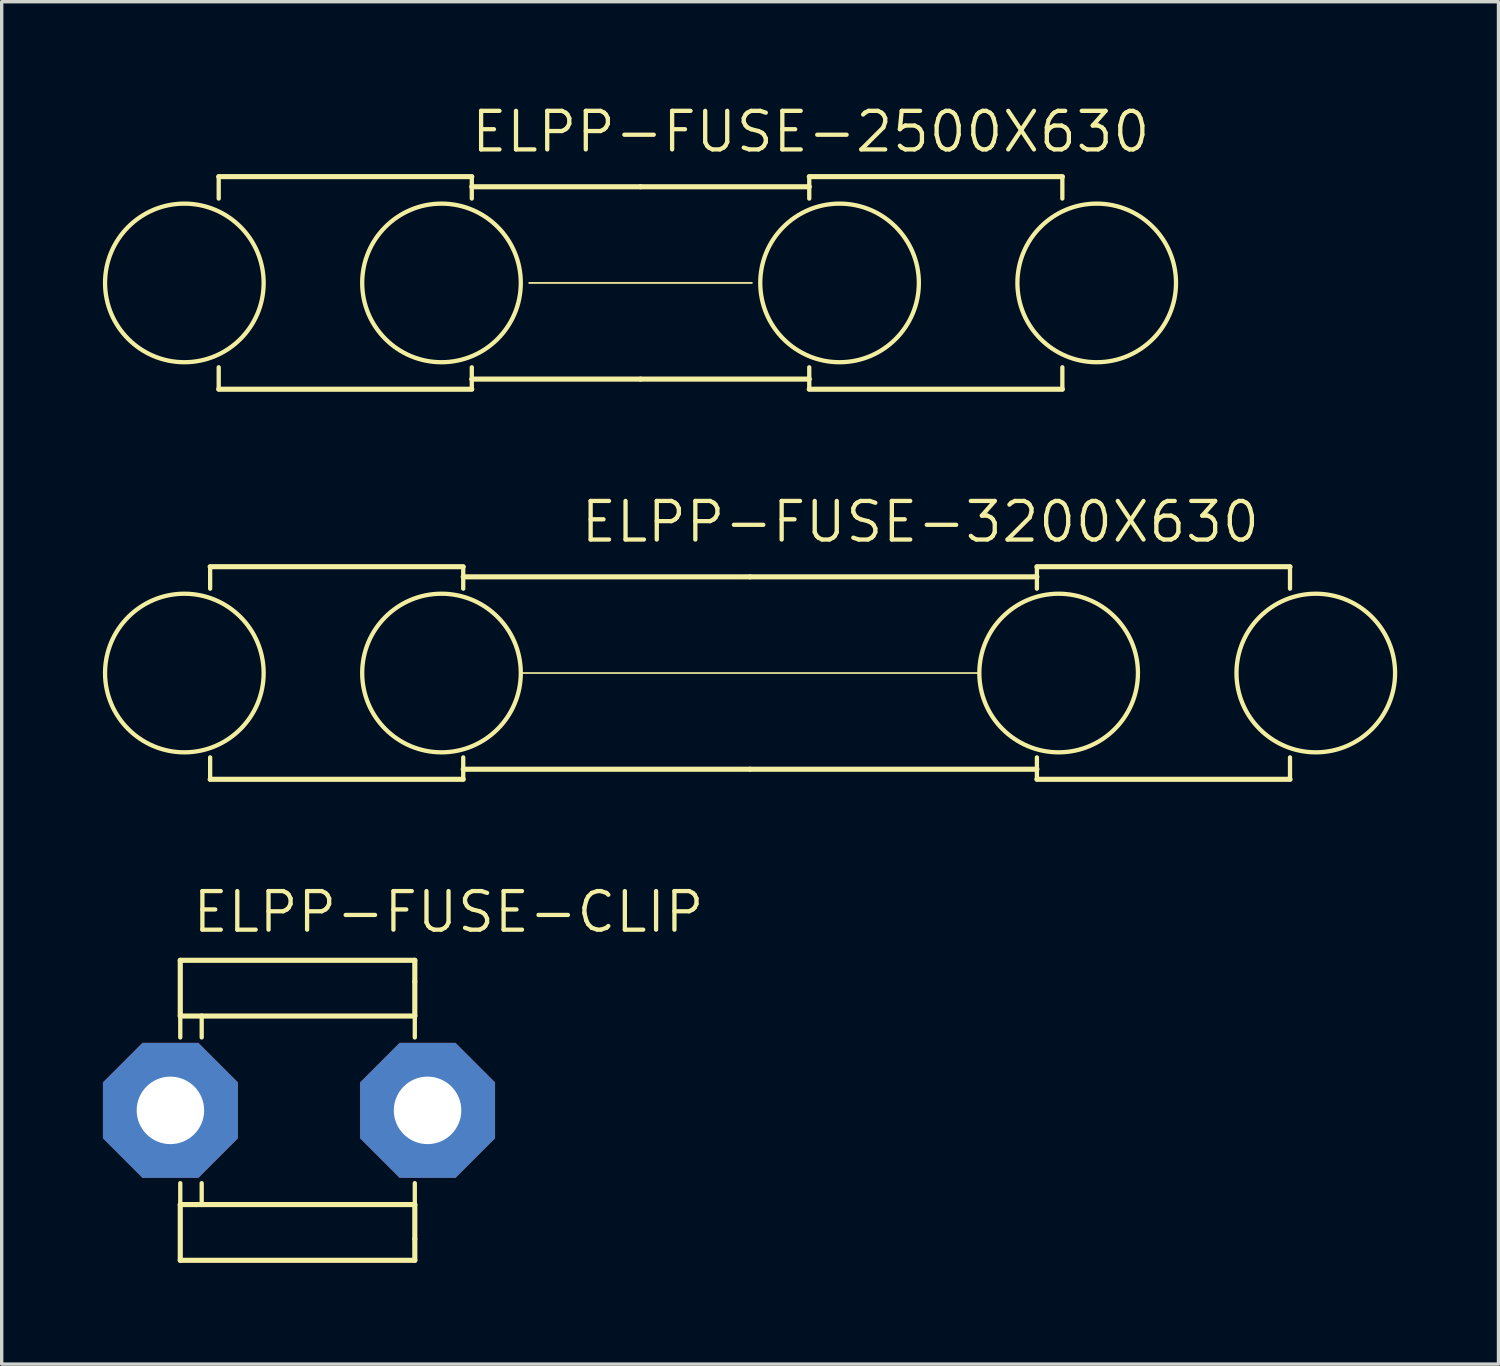
<source format=kicad_pcb>
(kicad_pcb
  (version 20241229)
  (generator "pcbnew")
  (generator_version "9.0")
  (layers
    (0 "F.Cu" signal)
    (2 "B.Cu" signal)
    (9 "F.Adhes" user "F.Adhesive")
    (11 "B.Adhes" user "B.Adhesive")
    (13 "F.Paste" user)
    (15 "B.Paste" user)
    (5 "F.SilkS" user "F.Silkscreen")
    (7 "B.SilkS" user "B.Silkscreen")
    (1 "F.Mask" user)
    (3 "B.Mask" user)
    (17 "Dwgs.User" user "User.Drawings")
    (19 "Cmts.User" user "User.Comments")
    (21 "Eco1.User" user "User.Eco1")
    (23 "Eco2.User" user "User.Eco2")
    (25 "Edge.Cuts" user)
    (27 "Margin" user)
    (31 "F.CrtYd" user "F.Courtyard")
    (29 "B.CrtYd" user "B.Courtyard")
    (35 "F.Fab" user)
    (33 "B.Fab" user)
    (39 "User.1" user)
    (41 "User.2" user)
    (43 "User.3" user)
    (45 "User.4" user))
  (footprint "ELPP-FUSE-3200X630"
    (layer "F.Cu")
    (at 19.177 16.894)
    (property "Reference" "ELPP-FUSE-3200X630" (at -5.08 -3.81 0) (unlocked yes) (layer "F.SilkS") (effects (font (size 1.143 1.143) (thickness 0.127)) (justify left bottom)))
    (fp_line (start -16 -3.15) (end -16 -2.5) (stroke (width 0.127) (type solid)) (layer "F.SilkS"))
    (fp_line (start -16 -3.15) (end -8.5 -3.15) (stroke (width 0.152) (type solid)) (layer "F.SilkS"))
    (fp_line (start -16 2.5) (end -16 3.15) (stroke (width 0.127) (type solid)) (layer "F.SilkS"))
    (fp_line (start -16 3.15) (end -8.5 3.15) (stroke (width 0.152) (type solid)) (layer "F.SilkS"))
    (fp_line (start -8.5 -3.15) (end -8.5 -2.85) (stroke (width 0.127) (type solid)) (layer "F.SilkS"))
    (fp_line (start -8.5 -2.85) (end -8.5 -2.5) (stroke (width 0.127) (type solid)) (layer "F.SilkS"))
    (fp_line (start -8.5 -2.85) (end 0 -2.85) (stroke (width 0.152) (type solid)) (layer "F.SilkS"))
    (fp_line (start -8.5 2.5) (end -8.5 2.85) (stroke (width 0.127) (type solid)) (layer "F.SilkS"))
    (fp_line (start -8.5 2.85) (end -8.5 3.15) (stroke (width 0.127) (type solid)) (layer "F.SilkS"))
    (fp_line (start -8.5 2.85) (end 0 2.85) (stroke (width 0.152) (type solid)) (layer "F.SilkS"))
    (fp_line (start -6.8 0) (end 6.8 0) (stroke (width 0.051) (type solid)) (layer "F.SilkS"))
    (fp_line (start 8.5 -3.15) (end 8.5 -2.85) (stroke (width 0.127) (type solid)) (layer "F.SilkS"))
    (fp_line (start 8.5 -2.85) (end 0 -2.85) (stroke (width 0.152) (type solid)) (layer "F.SilkS"))
    (fp_line (start 8.5 -2.85) (end 8.5 -2.5) (stroke (width 0.127) (type solid)) (layer "F.SilkS"))
    (fp_line (start 8.5 2.5) (end 8.5 2.85) (stroke (width 0.127) (type solid)) (layer "F.SilkS"))
    (fp_line (start 8.5 2.85) (end 0 2.85) (stroke (width 0.152) (type solid)) (layer "F.SilkS"))
    (fp_line (start 8.5 2.85) (end 8.5 3.15) (stroke (width 0.127) (type solid)) (layer "F.SilkS"))
    (fp_line (start 16 -3.15) (end 8.5 -3.15) (stroke (width 0.152) (type solid)) (layer "F.SilkS"))
    (fp_line (start 16 -3.15) (end 16 -2.5) (stroke (width 0.127) (type solid)) (layer "F.SilkS"))
    (fp_line (start 16 2.5) (end 16 3.15) (stroke (width 0.127) (type solid)) (layer "F.SilkS"))
    (fp_line (start 16 3.15) (end 8.5 3.15) (stroke (width 0.152) (type solid)) (layer "F.SilkS"))
    (fp_circle (center -16.764 0) (end -14.414 0) (stroke (width 0.127) (type solid)) (fill no) (layer "F.SilkS"))
    (fp_circle (center -9.144 0) (end -6.794 0) (stroke (width 0.127) (type solid)) (fill no) (layer "F.SilkS"))
    (fp_circle (center 9.144 0) (end 11.494 0) (stroke (width 0.127) (type solid)) (fill no) (layer "F.SilkS"))
    (fp_circle (center 16.764 0) (end 19.114 0) (stroke (width 0.127) (type solid)) (fill no) (layer "F.SilkS")))
  (footprint "ELPP-FUSE-CLIP"
    (layer "F.Cu")
    (at 6.628 29.854)
    (property "Reference" "ELPP-FUSE-CLIP" (at -4.036 -5.209 0) (unlocked yes) (layer "F.SilkS") (effects (font (size 1.143 1.143) (thickness 0.127)) (justify left bottom)))
    (fp_line (start -4.336 -2.796) (end -4.336 -4.447) (stroke (width 0.152) (type solid)) (layer "F.SilkS"))
    (fp_line (start -4.336 -2.796) (end -4.336 -2.161) (stroke (width 0.127) (type solid)) (layer "F.SilkS"))
    (fp_line (start -4.336 2.792) (end -4.336 2.157) (stroke (width 0.127) (type solid)) (layer "F.SilkS"))
    (fp_line (start -4.336 4.443) (end -4.336 2.792) (stroke (width 0.152) (type solid)) (layer "F.SilkS"))
    (fp_line (start -4.336 4.443) (end 2.614 4.443) (stroke (width 0.152) (type solid)) (layer "F.SilkS"))
    (fp_line (start -3.863 2.792) (end -4.336 2.792) (stroke (width 0.152) (type solid)) (layer "F.SilkS"))
    (fp_line (start -3.701 -2.796) (end -4.336 -2.796) (stroke (width 0.152) (type solid)) (layer "F.SilkS"))
    (fp_line (start -3.701 -2.796) (end -3.701 -2.161) (stroke (width 0.127) (type solid)) (layer "F.SilkS"))
    (fp_line (start -3.701 2.792) (end -3.863 2.792) (stroke (width 0.152) (type solid)) (layer "F.SilkS"))
    (fp_line (start -3.701 2.792) (end -3.701 2.157) (stroke (width 0.127) (type solid)) (layer "F.SilkS"))
    (fp_line (start 2.614 -4.447) (end -4.336 -4.447) (stroke (width 0.152) (type solid)) (layer "F.SilkS"))
    (fp_line (start 2.614 -3.812) (end 2.614 -4.447) (stroke (width 0.152) (type solid)) (layer "F.SilkS"))
    (fp_line (start 2.614 -3.812) (end 2.614 -2.796) (stroke (width 0.152) (type solid)) (layer "F.SilkS"))
    (fp_line (start 2.614 -2.796) (end -3.701 -2.796) (stroke (width 0.152) (type solid)) (layer "F.SilkS"))
    (fp_line (start 2.614 -2.796) (end 2.614 -2.161) (stroke (width 0.127) (type solid)) (layer "F.SilkS"))
    (fp_line (start 2.614 2.792) (end -3.701 2.792) (stroke (width 0.152) (type solid)) (layer "F.SilkS"))
    (fp_line (start 2.614 2.792) (end 2.614 2.157) (stroke (width 0.127) (type solid)) (layer "F.SilkS"))
    (fp_line (start 2.614 3.808) (end 2.614 2.792) (stroke (width 0.152) (type solid)) (layer "F.SilkS"))
    (fp_line (start 2.614 3.808) (end 2.614 4.443) (stroke (width 0.152) (type solid)) (layer "F.SilkS"))
    (pad "1A" thru_hole roundrect (at -4.628 0 90) (size 4 4) (drill 2) (layers "*.Cu" "*.Mask") (roundrect_rratio 0.25) (chamfer_ratio 0.293) (chamfer top_left top_right bottom_left bottom_right))
    (pad "1B" thru_hole roundrect (at 2.992 0 90) (size 4 4) (drill 2) (layers "*.Cu" "*.Mask") (roundrect_rratio 0.25) (chamfer_ratio 0.293) (chamfer top_left top_right bottom_left bottom_right)))
  (footprint "ELPP-FUSE-2500X630"
    (layer "F.Cu")
    (at 15.931 5.334)
    (property "Reference" "ELPP-FUSE-2500X630" (at -5.08 -3.81 0) (unlocked yes) (layer "F.SilkS") (effects (font (size 1.143 1.143) (thickness 0.127)) (justify left bottom)))
    (fp_line (start -12.5 -3.15) (end -12.5 -2.5) (stroke (width 0.127) (type solid)) (layer "F.SilkS"))
    (fp_line (start -12.5 -3.15) (end -5 -3.15) (stroke (width 0.152) (type solid)) (layer "F.SilkS"))
    (fp_line (start -12.5 2.5) (end -12.5 3.15) (stroke (width 0.127) (type solid)) (layer "F.SilkS"))
    (fp_line (start -12.5 3.15) (end -5 3.15) (stroke (width 0.152) (type solid)) (layer "F.SilkS"))
    (fp_line (start -5 -3.15) (end -5 -2.85) (stroke (width 0.127) (type solid)) (layer "F.SilkS"))
    (fp_line (start -5 -2.85) (end -5 -2.5) (stroke (width 0.127) (type solid)) (layer "F.SilkS"))
    (fp_line (start -5 -2.85) (end 0 -2.85) (stroke (width 0.152) (type solid)) (layer "F.SilkS"))
    (fp_line (start -5 2.5) (end -5 2.85) (stroke (width 0.127) (type solid)) (layer "F.SilkS"))
    (fp_line (start -5 2.85) (end -5 3.15) (stroke (width 0.127) (type solid)) (layer "F.SilkS"))
    (fp_line (start -5 2.85) (end 0 2.85) (stroke (width 0.152) (type solid)) (layer "F.SilkS"))
    (fp_line (start -3.3 0) (end 3.3 0) (stroke (width 0.051) (type solid)) (layer "F.SilkS"))
    (fp_line (start 5 -3.15) (end 5 -2.85) (stroke (width 0.127) (type solid)) (layer "F.SilkS"))
    (fp_line (start 5 -2.85) (end 0 -2.85) (stroke (width 0.152) (type solid)) (layer "F.SilkS"))
    (fp_line (start 5 -2.85) (end 5 -2.5) (stroke (width 0.127) (type solid)) (layer "F.SilkS"))
    (fp_line (start 5 2.5) (end 5 2.85) (stroke (width 0.127) (type solid)) (layer "F.SilkS"))
    (fp_line (start 5 2.85) (end 0 2.85) (stroke (width 0.152) (type solid)) (layer "F.SilkS"))
    (fp_line (start 5 2.85) (end 5 3.15) (stroke (width 0.127) (type solid)) (layer "F.SilkS"))
    (fp_line (start 12.5 -3.15) (end 5 -3.15) (stroke (width 0.152) (type solid)) (layer "F.SilkS"))
    (fp_line (start 12.5 -3.15) (end 12.5 -2.5) (stroke (width 0.127) (type solid)) (layer "F.SilkS"))
    (fp_line (start 12.5 2.5) (end 12.5 3.15) (stroke (width 0.127) (type solid)) (layer "F.SilkS"))
    (fp_line (start 12.5 3.15) (end 5 3.15) (stroke (width 0.152) (type solid)) (layer "F.SilkS"))
    (fp_circle (center -13.518 0) (end -11.168 0) (stroke (width 0.127) (type solid)) (fill no) (layer "F.SilkS"))
    (fp_circle (center -5.898 0) (end -3.548 0) (stroke (width 0.127) (type solid)) (fill no) (layer "F.SilkS"))
    (fp_circle (center 5.898 0) (end 8.248 0) (stroke (width 0.127) (type solid)) (fill no) (layer "F.SilkS"))
    (fp_circle (center 13.518 0) (end 15.868 0) (stroke (width 0.127) (type solid)) (fill no) (layer "F.SilkS")))
  (gr_rect
    (start -3 -3)
    (end 41.355 37.373)
    (stroke (width 0.1) (type default))
    (fill no)
    (layer "Edge.Cuts")))
</source>
